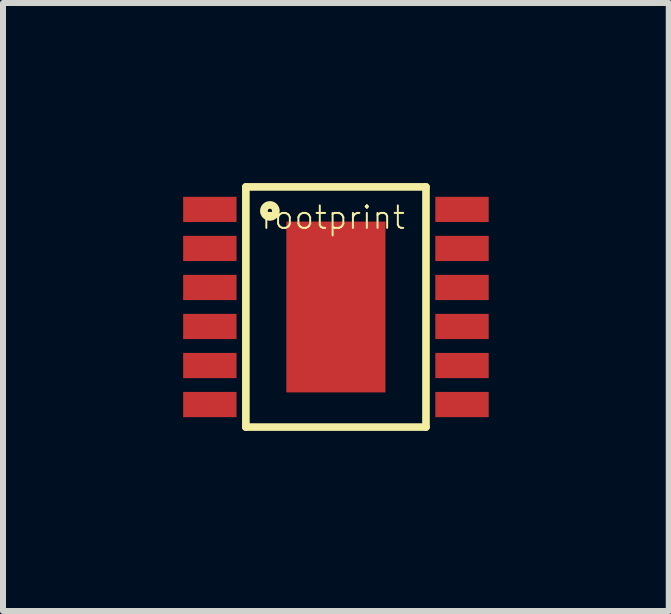
<source format=kicad_pcb>
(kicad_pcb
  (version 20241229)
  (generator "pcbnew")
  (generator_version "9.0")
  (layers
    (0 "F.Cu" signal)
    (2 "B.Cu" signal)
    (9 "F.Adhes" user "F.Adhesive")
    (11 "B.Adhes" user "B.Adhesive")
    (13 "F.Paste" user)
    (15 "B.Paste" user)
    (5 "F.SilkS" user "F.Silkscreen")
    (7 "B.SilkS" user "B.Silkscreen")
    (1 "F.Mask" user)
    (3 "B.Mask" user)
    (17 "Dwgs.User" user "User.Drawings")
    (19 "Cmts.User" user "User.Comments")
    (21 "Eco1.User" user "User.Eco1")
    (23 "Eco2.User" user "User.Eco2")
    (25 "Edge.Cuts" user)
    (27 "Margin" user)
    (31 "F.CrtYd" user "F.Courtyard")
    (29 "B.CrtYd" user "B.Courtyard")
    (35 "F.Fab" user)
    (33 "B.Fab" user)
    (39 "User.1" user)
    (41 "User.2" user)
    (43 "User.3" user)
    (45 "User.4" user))
  (footprint "footprint"
    (layer "F.Cu")
    (at 2.545 2.063)
    (property "Reference" "footprint" (at -1.27 -1.27 0) (layer "F.SilkS") (effects (font (size 0.374 0.374) (thickness 0.033)) (justify left bottom)))
    (fp_line (start -1.5 -2) (end -1.5 2) (stroke (width 0.127) (type solid)) (layer "F.SilkS"))
    (fp_line (start -1.5 2) (end 1.5 2) (stroke (width 0.127) (type solid)) (layer "F.SilkS"))
    (fp_line (start 1.5 -2) (end -1.5 -2) (stroke (width 0.127) (type solid)) (layer "F.SilkS"))
    (fp_line (start 1.5 2) (end 1.5 -2) (stroke (width 0.127) (type solid)) (layer "F.SilkS"))
    (fp_circle (center -1.1 -1.6) (end -1 -1.6) (stroke (width 0.127) (type solid)) (fill no) (layer "F.SilkS"))
    (fp_poly (pts (xy -0.7 -0.2) (xy -0.1 -0.2) (xy -0.1 -1.3) (xy -0.7 -1.3)) (stroke (width 0) (type solid)) (fill yes) (layer "F.Paste"))
    (fp_poly (pts (xy -0.7 1.3) (xy -0.1 1.3) (xy -0.1 0.2) (xy -0.7 0.2)) (stroke (width 0) (type solid)) (fill yes) (layer "F.Paste"))
    (fp_poly (pts (xy 0.1 -0.2) (xy 0.7 -0.2) (xy 0.7 -1.3) (xy 0.1 -1.3)) (stroke (width 0) (type solid)) (fill yes) (layer "F.Paste"))
    (fp_poly (pts (xy 0.1 1.3) (xy 0.7 1.3) (xy 0.7 0.2) (xy 0.1 0.2)) (stroke (width 0) (type solid)) (fill yes) (layer "F.Paste"))
    (pad "1" smd rect (at -2.1 -1.625 180) (size 0.889 0.42) (layers "F.Cu" "F.Mask" "F.Paste"))
    (pad "2" smd rect (at -2.1 -0.975 180) (size 0.889 0.42) (layers "F.Cu" "F.Mask" "F.Paste"))
    (pad "3" smd rect (at -2.1 -0.325 180) (size 0.889 0.42) (layers "F.Cu" "F.Mask" "F.Paste"))
    (pad "4" smd rect (at -2.1 0.325 180) (size 0.889 0.42) (layers "F.Cu" "F.Mask" "F.Paste"))
    (pad "5" smd rect (at -2.1 0.975 180) (size 0.889 0.42) (layers "F.Cu" "F.Mask" "F.Paste"))
    (pad "6" smd rect (at -2.1 1.625 180) (size 0.889 0.42) (layers "F.Cu" "F.Mask" "F.Paste"))
    (pad "7" smd rect (at 2.1 1.625 180) (size 0.889 0.42) (layers "F.Cu" "F.Mask" "F.Paste"))
    (pad "8" smd rect (at 2.1 0.975 180) (size 0.889 0.42) (layers "F.Cu" "F.Mask" "F.Paste"))
    (pad "9" smd rect (at 2.1 0.325 180) (size 0.889 0.42) (layers "F.Cu" "F.Mask" "F.Paste"))
    (pad "10" smd rect (at 2.1 -0.325 180) (size 0.889 0.42) (layers "F.Cu" "F.Mask" "F.Paste"))
    (pad "11" smd rect (at 2.1 -0.975 180) (size 0.889 0.42) (layers "F.Cu" "F.Mask" "F.Paste"))
    (pad "12" smd rect (at 2.1 -1.625 180) (size 0.889 0.42) (layers "F.Cu" "F.Mask" "F.Paste"))
    (pad "13" smd rect (at 0 0 90) (size 2.845 1.651) (layers "F.Cu" "F.Mask")))
  (gr_rect
    (start -3 -3)
    (end 8.089 7.127)
    (stroke (width 0.1) (type default))
    (fill no)
    (layer "Edge.Cuts")))
</source>
